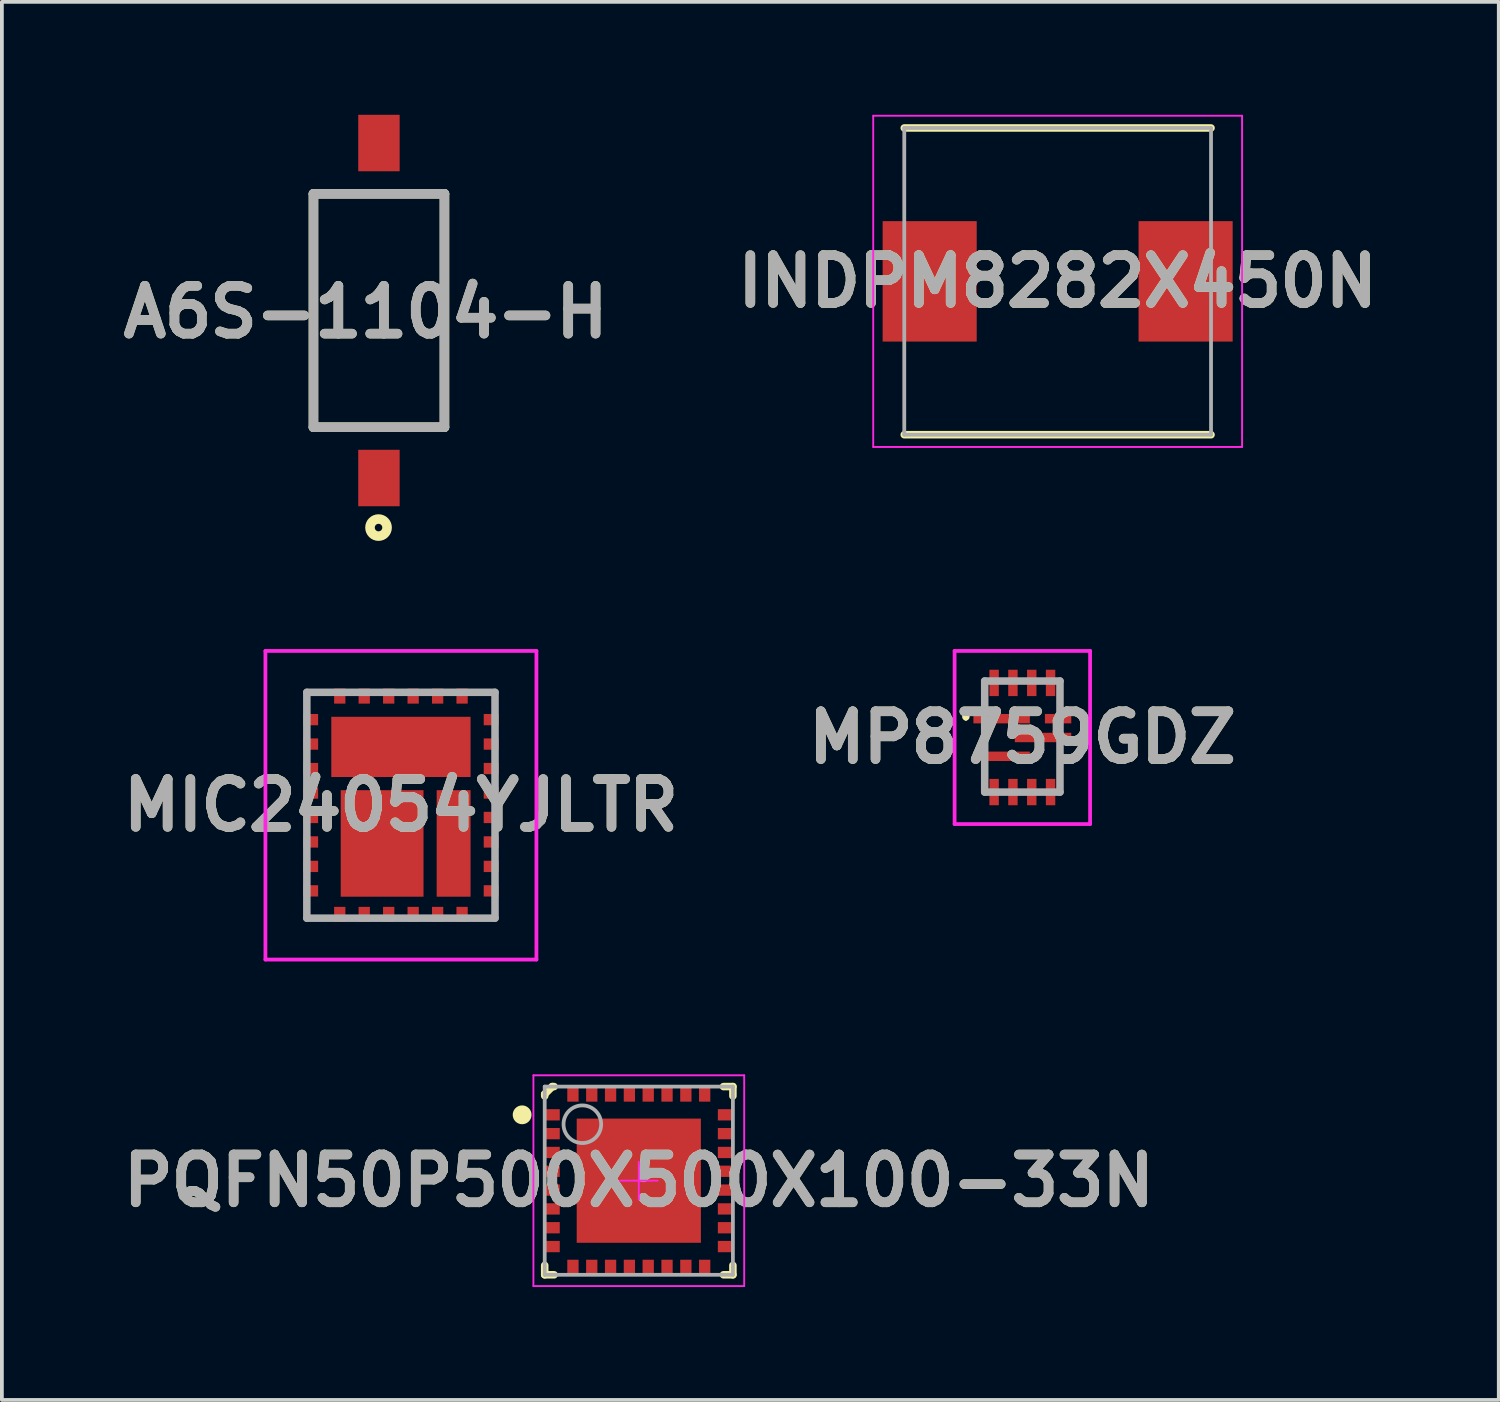
<source format=kicad_pcb>
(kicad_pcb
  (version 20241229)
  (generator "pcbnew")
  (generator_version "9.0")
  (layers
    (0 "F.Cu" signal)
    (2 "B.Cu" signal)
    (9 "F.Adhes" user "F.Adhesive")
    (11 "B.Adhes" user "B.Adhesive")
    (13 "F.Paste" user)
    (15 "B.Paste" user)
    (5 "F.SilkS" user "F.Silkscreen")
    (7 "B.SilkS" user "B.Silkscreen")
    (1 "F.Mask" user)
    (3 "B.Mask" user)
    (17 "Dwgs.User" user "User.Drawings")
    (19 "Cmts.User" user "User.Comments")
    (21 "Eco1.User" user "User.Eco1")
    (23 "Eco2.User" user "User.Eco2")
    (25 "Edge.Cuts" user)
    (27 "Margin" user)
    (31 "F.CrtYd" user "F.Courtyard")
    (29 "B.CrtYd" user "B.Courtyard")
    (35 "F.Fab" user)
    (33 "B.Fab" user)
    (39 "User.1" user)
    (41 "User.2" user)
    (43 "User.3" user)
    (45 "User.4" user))
  (footprint "A6S-1104-H"
    (layer "F.Cu")
    (at 7.018 5.2)
    (property "Reference" "A6S-1104-H" (at -0.353 0.04 0) (layer "F.SilkS") (effects (font (size 1.27 1.27) (thickness 0.254))))
    (attr smd)
    (fp_line (start -1.74 -3.1) (end 1.74 -3.1) (stroke (width 0.254) (type solid)) (layer "F.SilkS"))
    (fp_line (start -1.74 3.1) (end -1.74 -3.1) (stroke (width 0.254) (type solid)) (layer "F.SilkS"))
    (fp_line (start 1.74 -3.1) (end 1.74 3.1) (stroke (width 0.254) (type solid)) (layer "F.SilkS"))
    (fp_line (start 1.74 3.1) (end -1.74 3.1) (stroke (width 0.254) (type solid)) (layer "F.SilkS"))
    (fp_circle (center -0.011 5.767) (end -0.011 5.867) (stroke (width 0.254) (type solid)) (fill no) (layer "F.SilkS"))
    (fp_line (start -1.74 -3.1) (end 1.74 -3.1) (stroke (width 0.254) (type solid)) (layer "F.Fab"))
    (fp_line (start -1.74 3.1) (end -1.74 -3.1) (stroke (width 0.254) (type solid)) (layer "F.Fab"))
    (fp_line (start 1.74 -3.1) (end 1.74 3.1) (stroke (width 0.254) (type solid)) (layer "F.Fab"))
    (fp_line (start 1.74 3.1) (end -1.74 3.1) (stroke (width 0.254) (type solid)) (layer "F.Fab"))
    (fp_text user "${REFERENCE}" (at -0.353 0.04 0) (layer "F.Fab") (effects (font (size 1.27 1.27) (thickness 0.254))))
    (pad "1" smd rect (at 0 4.45) (size 1.1 1.5) (layers "F.Cu" "F.Mask" "F.Paste"))
    (pad "2" smd rect (at 0 -4.45) (size 1.1 1.5) (layers "F.Cu" "F.Mask" "F.Paste")))
  (footprint "INDPM8282X450N"
    (layer "F.Cu")
    (at 25.05 4.425)
    (property "Reference" "INDPM8282X450N" (at 0 0 0) (layer "F.SilkS") (effects (font (size 1.27 1.27) (thickness 0.254))))
    (attr smd)
    (fp_line (start -4.075 4.075) (end 4.075 4.075) (stroke (width 0.2) (type solid)) (layer "F.SilkS"))
    (fp_line (start 4.075 -4.075) (end -4.075 -4.075) (stroke (width 0.2) (type solid)) (layer "F.SilkS"))
    (fp_line (start -4.9 -4.4) (end 4.9 -4.4) (stroke (width 0.05) (type solid)) (layer "F.CrtYd"))
    (fp_line (start -4.9 4.4) (end -4.9 -4.4) (stroke (width 0.05) (type solid)) (layer "F.CrtYd"))
    (fp_line (start 4.9 -4.4) (end 4.9 4.4) (stroke (width 0.05) (type solid)) (layer "F.CrtYd"))
    (fp_line (start 4.9 4.4) (end -4.9 4.4) (stroke (width 0.05) (type solid)) (layer "F.CrtYd"))
    (fp_line (start -4.075 -4.075) (end 4.075 -4.075) (stroke (width 0.1) (type solid)) (layer "F.Fab"))
    (fp_line (start -4.075 4.075) (end -4.075 -4.075) (stroke (width 0.1) (type solid)) (layer "F.Fab"))
    (fp_line (start 4.075 -4.075) (end 4.075 4.075) (stroke (width 0.1) (type solid)) (layer "F.Fab"))
    (fp_line (start 4.075 4.075) (end -4.075 4.075) (stroke (width 0.1) (type solid)) (layer "F.Fab"))
    (fp_text user "${REFERENCE}" (at 0 0 0) (layer "F.Fab") (effects (font (size 1.27 1.27) (thickness 0.254))))
    (pad "1" smd rect (at -3.4 0) (size 2.5 3.2) (layers "F.Cu" "F.Mask" "F.Paste"))
    (pad "2" smd rect (at 3.4 0) (size 2.5 3.2) (layers "F.Cu" "F.Mask" "F.Paste")))
  (footprint "MP8759GDZ"
    (layer "F.Cu")
    (at 24.112 16.544)
    (property "Reference" "MP8759GDZ" (at 0 0 0) (layer "F.SilkS") (effects (font (size 1.27 1.27) (thickness 0.254))))
    (attr smd)
    (fp_line (start -1.5 -0.6) (end -1.5 -0.6) (stroke (width 0.1) (type solid)) (layer "F.SilkS"))
    (fp_line (start -1.5 -0.5) (end -1.5 -0.5) (stroke (width 0.1) (type solid)) (layer "F.SilkS"))
    (fp_line (start -1 -0.8) (end -1 -1) (stroke (width 0.1) (type solid)) (layer "F.SilkS"))
    (fp_line (start -1 -0.2) (end -1 0.2) (stroke (width 0.1) (type solid)) (layer "F.SilkS"))
    (fp_line (start 1 -1) (end 1 -0.8) (stroke (width 0.1) (type solid)) (layer "F.SilkS"))
    (fp_line (start 1 0.3) (end 1 1) (stroke (width 0.1) (type solid)) (layer "F.SilkS"))
    (fp_arc (start -1.5 -0.6) (mid -1.45 -0.55) (end -1.5 -0.5) (stroke (width 0.1) (type solid)) (layer "F.SilkS"))
    (fp_arc (start -1.5 -0.5) (mid -1.55 -0.55) (end -1.5 -0.6) (stroke (width 0.1) (type solid)) (layer "F.SilkS"))
    (fp_line (start -1.8 -2.3) (end 1.8 -2.3) (stroke (width 0.1) (type solid)) (layer "F.CrtYd"))
    (fp_line (start -1.8 2.3) (end -1.8 -2.3) (stroke (width 0.1) (type solid)) (layer "F.CrtYd"))
    (fp_line (start 1.8 -2.3) (end 1.8 2.3) (stroke (width 0.1) (type solid)) (layer "F.CrtYd"))
    (fp_line (start 1.8 2.3) (end -1.8 2.3) (stroke (width 0.1) (type solid)) (layer "F.CrtYd"))
    (fp_line (start -1 -1.5) (end 1 -1.5) (stroke (width 0.2) (type solid)) (layer "F.Fab"))
    (fp_line (start -1 1.45) (end -1 -1.5) (stroke (width 0.2) (type solid)) (layer "F.Fab"))
    (fp_line (start 1 -1.5) (end 1 1.45) (stroke (width 0.2) (type solid)) (layer "F.Fab"))
    (fp_line (start 1 1.45) (end -1 1.45) (stroke (width 0.2) (type solid)) (layer "F.Fab"))
    (fp_text user "${REFERENCE}" (at 0 0 0) (layer "F.Fab") (effects (font (size 1.27 1.27) (thickness 0.254))))
    (pad "1" smd rect (at -0.55 -0.5 90) (size 0.25 1.5) (layers "F.Cu" "F.Mask" "F.Paste"))
    (pad "2" smd rect (at -0.55 0.5 90) (size 0.25 1.5) (layers "F.Cu" "F.Mask" "F.Paste"))
    (pad "3" smd rect (at -0.75 1.45) (size 0.25 0.7) (layers "F.Cu" "F.Mask" "F.Paste"))
    (pad "4" smd rect (at -0.25 1.45) (size 0.25 0.7) (layers "F.Cu" "F.Mask" "F.Paste"))
    (pad "5" smd rect (at 0.25 1.45) (size 0.25 0.7) (layers "F.Cu" "F.Mask" "F.Paste"))
    (pad "6" smd rect (at 0.75 1.45) (size 0.25 0.7) (layers "F.Cu" "F.Mask" "F.Paste"))
    (pad "7" smd rect (at 0.55 0 90) (size 0.25 1.5) (layers "F.Cu" "F.Mask" "F.Paste"))
    (pad "8" smd rect (at 0.95 -0.5 90) (size 0.25 0.7) (layers "F.Cu" "F.Mask" "F.Paste"))
    (pad "9" smd rect (at 0.75 -1.45) (size 0.25 0.7) (layers "F.Cu" "F.Mask" "F.Paste"))
    (pad "10" smd rect (at 0.25 -1.45) (size 0.25 0.7) (layers "F.Cu" "F.Mask" "F.Paste"))
    (pad "11" smd rect (at -0.25 -1.45) (size 0.25 0.7) (layers "F.Cu" "F.Mask" "F.Paste"))
    (pad "12" smd rect (at -0.75 -1.45) (size 0.25 0.7) (layers "F.Cu" "F.Mask" "F.Paste")))
  (footprint "MIC24054YJLTR"
    (layer "F.Cu")
    (at 7.602 18.344)
    (property "Reference" "MIC24054YJLTR" (at 0 0 0) (layer "F.SilkS") (effects (font (size 1.27 1.27) (thickness 0.254))))
    (attr smd)
    (fp_line (start -2.5 -3) (end -2.5 -2.6) (stroke (width 0.1) (type solid)) (layer "F.SilkS"))
    (fp_line (start -2.5 2.6) (end -2.5 3) (stroke (width 0.1) (type solid)) (layer "F.SilkS"))
    (fp_line (start -2.5 3) (end -1.9 3) (stroke (width 0.1) (type solid)) (layer "F.SilkS"))
    (fp_line (start -1.9 -3) (end -2.5 -3) (stroke (width 0.1) (type solid)) (layer "F.SilkS"))
    (fp_line (start 1.9 -3) (end 2.5 -3) (stroke (width 0.1) (type solid)) (layer "F.SilkS"))
    (fp_line (start 1.9 3) (end 2.5 3) (stroke (width 0.1) (type solid)) (layer "F.SilkS"))
    (fp_line (start 2.5 -3) (end 2.5 -2.6) (stroke (width 0.1) (type solid)) (layer "F.SilkS"))
    (fp_line (start 2.5 3) (end 2.5 2.6) (stroke (width 0.1) (type solid)) (layer "F.SilkS"))
    (fp_line (start -3.6 -4.1) (end 3.6 -4.1) (stroke (width 0.1) (type solid)) (layer "F.CrtYd"))
    (fp_line (start -3.6 4.1) (end -3.6 -4.1) (stroke (width 0.1) (type solid)) (layer "F.CrtYd"))
    (fp_line (start 3.6 -4.1) (end 3.6 4.1) (stroke (width 0.1) (type solid)) (layer "F.CrtYd"))
    (fp_line (start 3.6 4.1) (end -3.6 4.1) (stroke (width 0.1) (type solid)) (layer "F.CrtYd"))
    (fp_line (start -2.5 -3) (end 2.5 -3) (stroke (width 0.2) (type solid)) (layer "F.Fab"))
    (fp_line (start -2.5 3) (end -2.5 -3) (stroke (width 0.2) (type solid)) (layer "F.Fab"))
    (fp_line (start 2.5 -3) (end 2.5 3) (stroke (width 0.2) (type solid)) (layer "F.Fab"))
    (fp_line (start 2.5 3) (end -2.5 3) (stroke (width 0.2) (type solid)) (layer "F.Fab"))
    (fp_text user "${REFERENCE}" (at 0 0 0) (layer "F.Fab") (effects (font (size 1.27 1.27) (thickness 0.254))))
    (pad "1" smd rect (at -2.4 -2.275 90) (size 0.3 0.4) (layers "F.Cu" "F.Mask" "F.Paste"))
    (pad "2" smd rect (at -2.4 -1.625 90) (size 0.3 0.4) (layers "F.Cu" "F.Mask" "F.Paste"))
    (pad "3" smd rect (at -2.4 -0.975 90) (size 0.3 0.4) (layers "F.Cu" "F.Mask" "F.Paste"))
    (pad "4" smd rect (at -2.4 -0.325 90) (size 0.3 0.4) (layers "F.Cu" "F.Mask" "F.Paste"))
    (pad "5" smd rect (at -2.4 0.325 90) (size 0.3 0.4) (layers "F.Cu" "F.Mask" "F.Paste"))
    (pad "6" smd rect (at -2.4 0.975 90) (size 0.3 0.4) (layers "F.Cu" "F.Mask" "F.Paste"))
    (pad "7" smd rect (at -2.4 1.625 90) (size 0.3 0.4) (layers "F.Cu" "F.Mask" "F.Paste"))
    (pad "8" smd rect (at -2.4 2.275 90) (size 0.3 0.4) (layers "F.Cu" "F.Mask" "F.Paste"))
    (pad "9" smd rect (at -1.625 2.9) (size 0.3 0.4) (layers "F.Cu" "F.Mask" "F.Paste"))
    (pad "10" smd rect (at -0.975 2.9) (size 0.3 0.4) (layers "F.Cu" "F.Mask" "F.Paste"))
    (pad "11" smd rect (at -0.325 2.9) (size 0.3 0.4) (layers "F.Cu" "F.Mask" "F.Paste"))
    (pad "12" smd rect (at 0.325 2.9) (size 0.3 0.4) (layers "F.Cu" "F.Mask" "F.Paste"))
    (pad "13" smd rect (at 0.975 2.9) (size 0.3 0.4) (layers "F.Cu" "F.Mask" "F.Paste"))
    (pad "14" smd rect (at 1.625 2.9) (size 0.3 0.4) (layers "F.Cu" "F.Mask" "F.Paste"))
    (pad "15" smd rect (at 2.4 2.275 90) (size 0.3 0.4) (layers "F.Cu" "F.Mask" "F.Paste"))
    (pad "16" smd rect (at 2.4 1.625 90) (size 0.3 0.4) (layers "F.Cu" "F.Mask" "F.Paste"))
    (pad "17" smd rect (at 2.4 0.975 90) (size 0.3 0.4) (layers "F.Cu" "F.Mask" "F.Paste"))
    (pad "18" smd rect (at 2.4 0.325 90) (size 0.3 0.4) (layers "F.Cu" "F.Mask" "F.Paste"))
    (pad "19" smd rect (at 2.4 -0.325 90) (size 0.3 0.4) (layers "F.Cu" "F.Mask" "F.Paste"))
    (pad "20" smd rect (at 2.4 -0.975 90) (size 0.3 0.4) (layers "F.Cu" "F.Mask" "F.Paste"))
    (pad "21" smd rect (at 2.4 -1.625 90) (size 0.3 0.4) (layers "F.Cu" "F.Mask" "F.Paste"))
    (pad "22" smd rect (at 2.4 -2.275 90) (size 0.3 0.4) (layers "F.Cu" "F.Mask" "F.Paste"))
    (pad "23" smd rect (at 1.625 -2.9) (size 0.3 0.4) (layers "F.Cu" "F.Mask" "F.Paste"))
    (pad "24" smd rect (at 0.975 -2.9) (size 0.3 0.4) (layers "F.Cu" "F.Mask" "F.Paste"))
    (pad "25" smd rect (at 0.325 -2.9) (size 0.3 0.4) (layers "F.Cu" "F.Mask" "F.Paste"))
    (pad "26" smd rect (at -0.325 -2.9) (size 0.3 0.4) (layers "F.Cu" "F.Mask" "F.Paste"))
    (pad "27" smd rect (at -0.975 -2.9) (size 0.3 0.4) (layers "F.Cu" "F.Mask" "F.Paste"))
    (pad "28" smd rect (at -1.625 -2.9) (size 0.3 0.4) (layers "F.Cu" "F.Mask" "F.Paste"))
    (pad "29" smd rect (at -0.5 1.015) (size 2.2 2.83) (layers "F.Cu" "F.Mask" "F.Paste"))
    (pad "30" smd rect (at 1.4 1.015) (size 0.9 2.83) (layers "F.Cu" "F.Mask" "F.Paste"))
    (pad "31" smd rect (at 0 -1.55 90) (size 1.6 3.7) (layers "F.Cu" "F.Mask" "F.Paste")))
  (footprint "PQFN50P500X500X100-33N"
    (layer "F.Cu")
    (at 13.922 28.319)
    (property "Reference" "PQFN50P500X500X100-33N" (at 0 0 0) (layer "F.SilkS") (effects (font (size 1.27 1.27) (thickness 0.254))))
    (attr smd)
    (fp_line (start -2.5 -2.3) (end -2.3 -2.5) (stroke (width 0.2) (type solid)) (layer "F.SilkS"))
    (fp_line (start -2.5 -2.25) (end -2.5 -2.3) (stroke (width 0.2) (type solid)) (layer "F.SilkS"))
    (fp_line (start -2.5 2.25) (end -2.5 2.5) (stroke (width 0.2) (type solid)) (layer "F.SilkS"))
    (fp_line (start -2.5 2.5) (end -2.25 2.5) (stroke (width 0.2) (type solid)) (layer "F.SilkS"))
    (fp_line (start -2.3 -2.5) (end -2.25 -2.5) (stroke (width 0.2) (type solid)) (layer "F.SilkS"))
    (fp_line (start 2.5 -2.5) (end 2.25 -2.5) (stroke (width 0.2) (type solid)) (layer "F.SilkS"))
    (fp_line (start 2.5 -2.25) (end 2.5 -2.5) (stroke (width 0.2) (type solid)) (layer "F.SilkS"))
    (fp_line (start 2.5 2.25) (end 2.5 2.5) (stroke (width 0.2) (type solid)) (layer "F.SilkS"))
    (fp_line (start 2.5 2.5) (end 2.25 2.5) (stroke (width 0.2) (type solid)) (layer "F.SilkS"))
    (fp_circle (center -3.1 -1.75) (end -3.1 -1.625) (stroke (width 0.25) (type solid)) (fill no) (layer "F.SilkS"))
    (fp_line (start -2.8 -2.8) (end 2.8 -2.8) (stroke (width 0.05) (type solid)) (layer "F.CrtYd"))
    (fp_line (start -2.8 2.8) (end -2.8 -2.8) (stroke (width 0.05) (type solid)) (layer "F.CrtYd"))
    (fp_line (start -2.538 -2.538) (end 2.538 -2.538) (stroke (width 0.001) (type solid)) (layer "F.CrtYd"))
    (fp_line (start -2.538 2.538) (end -2.538 -2.538) (stroke (width 0.001) (type solid)) (layer "F.CrtYd"))
    (fp_line (start -0.5 0) (end 0.5 0) (stroke (width 0.05) (type solid)) (layer "F.CrtYd"))
    (fp_line (start 0 0.5) (end 0 -0.5) (stroke (width 0.05) (type solid)) (layer "F.CrtYd"))
    (fp_line (start 2.538 -2.538) (end 2.538 2.538) (stroke (width 0.001) (type solid)) (layer "F.CrtYd"))
    (fp_line (start 2.538 2.538) (end -2.538 2.538) (stroke (width 0.001) (type solid)) (layer "F.CrtYd"))
    (fp_line (start 2.8 -2.8) (end 2.8 2.8) (stroke (width 0.05) (type solid)) (layer "F.CrtYd"))
    (fp_line (start 2.8 2.8) (end -2.8 2.8) (stroke (width 0.05) (type solid)) (layer "F.CrtYd"))
    (fp_line (start -2.5 -2.5) (end 2.5 -2.5) (stroke (width 0.1) (type solid)) (layer "F.Fab"))
    (fp_line (start -2.5 2.5) (end -2.5 -2.5) (stroke (width 0.1) (type solid)) (layer "F.Fab"))
    (fp_line (start 2.5 -2.5) (end 2.5 2.5) (stroke (width 0.1) (type solid)) (layer "F.Fab"))
    (fp_line (start 2.5 2.5) (end -2.5 2.5) (stroke (width 0.1) (type solid)) (layer "F.Fab"))
    (fp_circle (center -1.5 -1.5) (end -1.5 -1) (stroke (width 0.1) (type solid)) (fill no) (layer "F.Fab"))
    (fp_text user "${REFERENCE}" (at 0 0 0) (layer "F.Fab") (effects (font (size 1.27 1.27) (thickness 0.254))))
    (pad "1" smd rect (at -2.3 -1.75 90) (size 0.3 0.4) (layers "F.Cu" "F.Mask" "F.Paste"))
    (pad "2" smd rect (at -2.3 -1.25 90) (size 0.3 0.4) (layers "F.Cu" "F.Mask" "F.Paste"))
    (pad "3" smd rect (at -2.3 -0.75 90) (size 0.3 0.4) (layers "F.Cu" "F.Mask" "F.Paste"))
    (pad "4" smd rect (at -2.3 -0.25 90) (size 0.3 0.4) (layers "F.Cu" "F.Mask" "F.Paste"))
    (pad "5" smd rect (at -2.3 0.25 90) (size 0.3 0.4) (layers "F.Cu" "F.Mask" "F.Paste"))
    (pad "6" smd rect (at -2.3 0.75 90) (size 0.3 0.4) (layers "F.Cu" "F.Mask" "F.Paste"))
    (pad "7" smd rect (at -2.3 1.25 90) (size 0.3 0.4) (layers "F.Cu" "F.Mask" "F.Paste"))
    (pad "8" smd rect (at -2.3 1.75 90) (size 0.3 0.4) (layers "F.Cu" "F.Mask" "F.Paste"))
    (pad "9" smd rect (at -1.75 2.3) (size 0.3 0.4) (layers "F.Cu" "F.Mask" "F.Paste"))
    (pad "10" smd rect (at -1.25 2.3) (size 0.3 0.4) (layers "F.Cu" "F.Mask" "F.Paste"))
    (pad "11" smd rect (at -0.75 2.3) (size 0.3 0.4) (layers "F.Cu" "F.Mask" "F.Paste"))
    (pad "12" smd rect (at -0.25 2.3) (size 0.3 0.4) (layers "F.Cu" "F.Mask" "F.Paste"))
    (pad "13" smd rect (at 0.25 2.3) (size 0.3 0.4) (layers "F.Cu" "F.Mask" "F.Paste"))
    (pad "14" smd rect (at 0.75 2.3) (size 0.3 0.4) (layers "F.Cu" "F.Mask" "F.Paste"))
    (pad "15" smd rect (at 1.25 2.3) (size 0.3 0.4) (layers "F.Cu" "F.Mask" "F.Paste"))
    (pad "16" smd rect (at 1.75 2.3) (size 0.3 0.4) (layers "F.Cu" "F.Mask" "F.Paste"))
    (pad "17" smd rect (at 2.3 1.75 90) (size 0.3 0.4) (layers "F.Cu" "F.Mask" "F.Paste"))
    (pad "18" smd rect (at 2.3 1.25 90) (size 0.3 0.4) (layers "F.Cu" "F.Mask" "F.Paste"))
    (pad "19" smd rect (at 2.3 0.75 90) (size 0.3 0.4) (layers "F.Cu" "F.Mask" "F.Paste"))
    (pad "20" smd rect (at 2.3 0.25 90) (size 0.3 0.4) (layers "F.Cu" "F.Mask" "F.Paste"))
    (pad "21" smd rect (at 2.3 -0.25 90) (size 0.3 0.4) (layers "F.Cu" "F.Mask" "F.Paste"))
    (pad "22" smd rect (at 2.3 -0.75 90) (size 0.3 0.4) (layers "F.Cu" "F.Mask" "F.Paste"))
    (pad "23" smd rect (at 2.3 -1.25 90) (size 0.3 0.4) (layers "F.Cu" "F.Mask" "F.Paste"))
    (pad "24" smd rect (at 2.3 -1.75 90) (size 0.3 0.4) (layers "F.Cu" "F.Mask" "F.Paste"))
    (pad "25" smd rect (at 1.75 -2.3) (size 0.3 0.4) (layers "F.Cu" "F.Mask" "F.Paste"))
    (pad "26" smd rect (at 1.25 -2.3) (size 0.3 0.4) (layers "F.Cu" "F.Mask" "F.Paste"))
    (pad "27" smd rect (at 0.75 -2.3) (size 0.3 0.4) (layers "F.Cu" "F.Mask" "F.Paste"))
    (pad "28" smd rect (at 0.25 -2.3) (size 0.3 0.4) (layers "F.Cu" "F.Mask" "F.Paste"))
    (pad "29" smd rect (at -0.25 -2.3) (size 0.3 0.4) (layers "F.Cu" "F.Mask" "F.Paste"))
    (pad "30" smd rect (at -0.75 -2.3) (size 0.3 0.4) (layers "F.Cu" "F.Mask" "F.Paste"))
    (pad "31" smd rect (at -1.25 -2.3) (size 0.3 0.4) (layers "F.Cu" "F.Mask" "F.Paste"))
    (pad "32" smd rect (at -1.75 -2.3) (size 0.3 0.4) (layers "F.Cu" "F.Mask" "F.Paste"))
    (pad "33" smd rect (at 0 0 90) (size 3.3 3.3) (layers "F.Cu" "F.Mask" "F.Paste")))
  (gr_rect
    (start -3 -3)
    (end 36.77 34.144)
    (stroke (width 0.1) (type default))
    (fill no)
    (layer "Edge.Cuts")))
</source>
